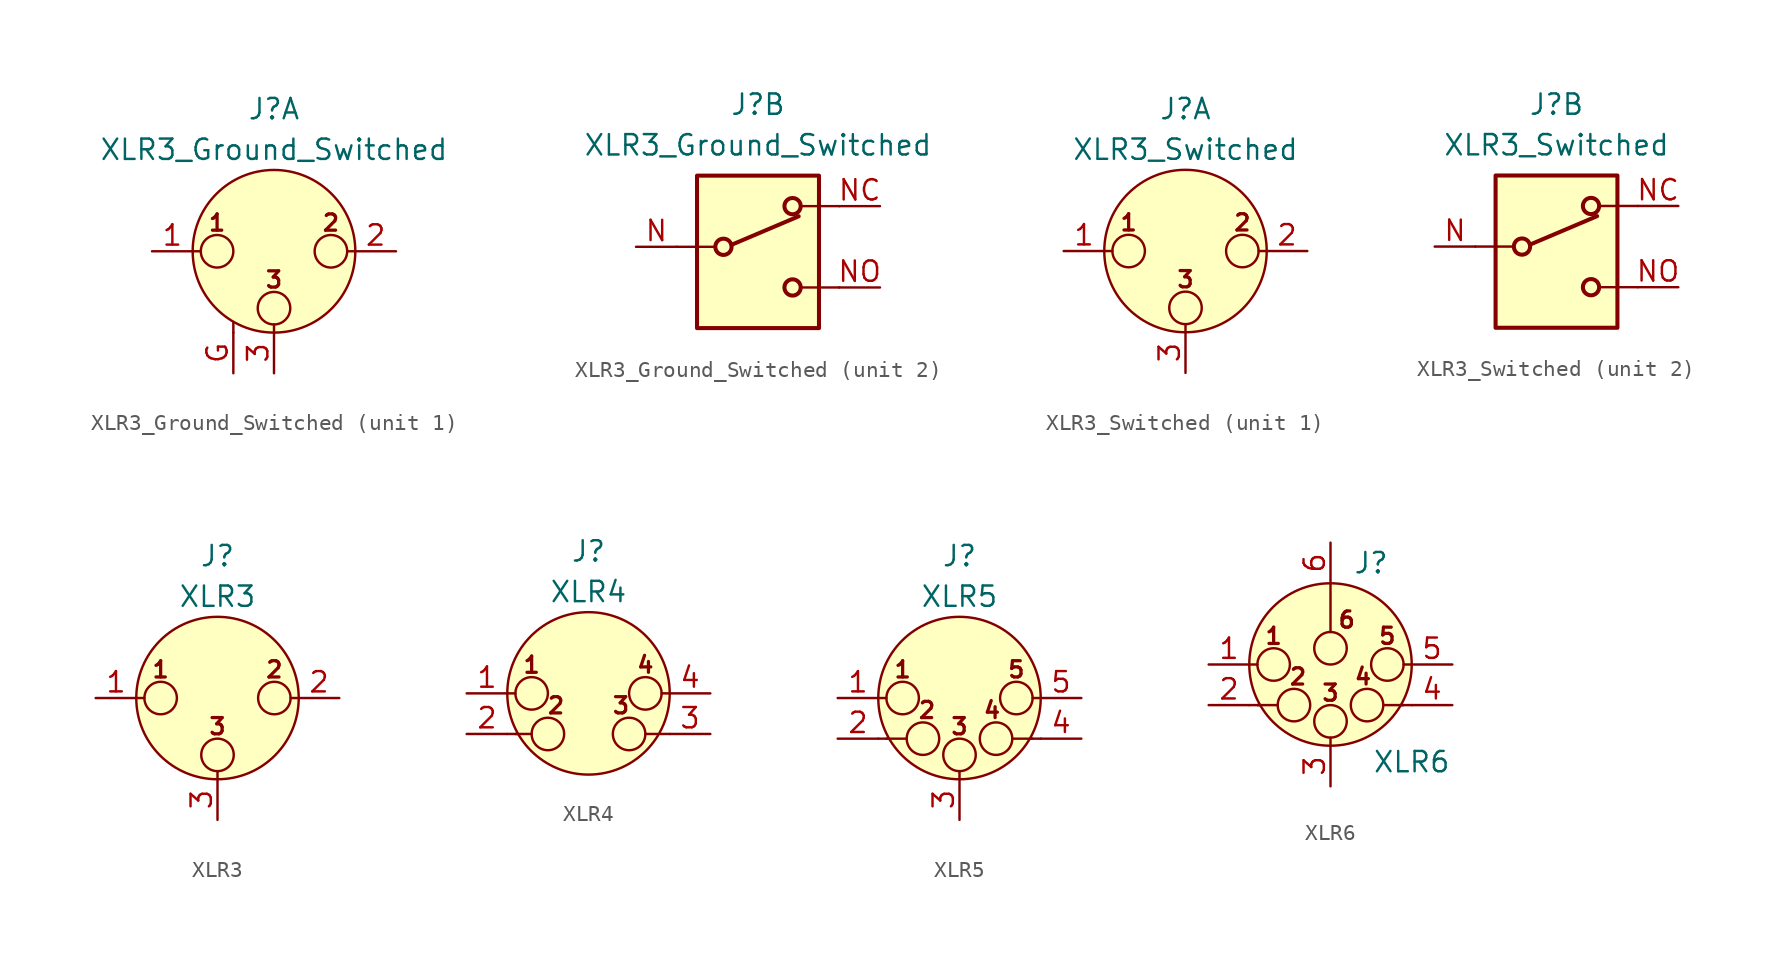
<source format=kicad_sym>
(kicad_symbol_lib
  (version 20201005)
  (generator kicad_symbol_editor)
  (symbol "XLR3_Ground_Switched"
    (pin_names hide)
    (property "Reference" "J"
      (at 0 8.89 0)
      (effects (font (size 1.27 1.27))))
    (property "Value" "XLR3_Ground_Switched"
      (at 0 6.35 0)
      (effects (font (size 1.27 1.27))))
    (symbol "XLR3_Ground_Switched_1_1"
      (circle (center -3.556 0) (radius 1.016) (stroke (width 0)) (fill (type none)))
      (circle (center 0 -3.556) (radius 1.016) (stroke (width 0)) (fill (type none)))
      (circle (center 0 0) (radius 5.08) (stroke (width 0)) (fill (type background)))
      (circle (center 3.556 0) (radius 1.016) (stroke (width 0)) (fill (type none)))
      (text "1" (at -3.556 1.778 0) (effects (font (size 1.016 1.016) bold)))
      (text "2" (at 3.556 1.778 0) (effects (font (size 1.016 1.016) bold)))
      (text "3" (at 0 -1.778 0) (effects (font (size 1.016 1.016) bold)))
      (polyline (pts (xy -5.08 0) (xy -4.572 0)) (stroke (width 0)) (fill (type none)))
      (polyline (pts (xy -2.54 -5.08) (xy -2.54 -4.445)) (stroke (width 0)) (fill (type none)))
      (polyline (pts (xy 0 -5.08) (xy 0 -4.572)) (stroke (width 0)) (fill (type none)))
      (polyline (pts (xy 5.08 0) (xy 4.572 0)) (stroke (width 0)) (fill (type none)))
      (pin passive line (at -7.62 0 0) (length 2.54) (name "~" (effects (font (size 1.27 1.27)))) (number "1" (effects (font (size 1.27 1.27)))))
      (pin passive line (at 7.62 0 180) (length 2.54) (name "~" (effects (font (size 1.27 1.27)))) (number "2" (effects (font (size 1.27 1.27)))))
      (pin passive line (at 0 -7.62 90) (length 2.54) (name "~" (effects (font (size 1.27 1.27)))) (number "3" (effects (font (size 1.27 1.27)))))
      (pin passive line (at -2.54 -7.62 90) (length 2.54) (name "~" (effects (font (size 1.27 1.27)))) (number "G" (effects (font (size 1.27 1.27))))))
    (symbol "XLR3_Ground_Switched_2_1"
      (circle (center -2.159 0) (radius 0.508) (stroke (width 0.254)) (fill (type none)))
      (circle (center 2.159 -2.54) (radius 0.508) (stroke (width 0.254)) (fill (type none)))
      (circle (center 2.159 2.54) (radius 0.508) (stroke (width 0.254)) (fill (type none)))
      (rectangle (start -3.81 4.445) (end 3.81 -5.08) (stroke (width 0.254)) (fill (type background)))
      (polyline (pts (xy -5.08 0) (xy -2.794 0)) (stroke (width 0)) (fill (type none)))
      (polyline (pts (xy -1.651 0.127) (xy 2.54 1.905)) (stroke (width 0.254)) (fill (type none)))
      (polyline (pts (xy 5.08 -2.54) (xy 2.794 -2.54)) (stroke (width 0)) (fill (type none)))
      (polyline (pts (xy 5.08 2.54) (xy 2.794 2.54)) (stroke (width 0)) (fill (type none)))
      (pin passive line (at -7.62 0 0) (length 2.54) (name "~" (effects (font (size 1.27 1.27)))) (number "N" (effects (font (size 1.27 1.27)))))
      (pin passive line (at 7.62 2.54 180) (length 2.54) (name "~" (effects (font (size 1.27 1.27)))) (number "NC" (effects (font (size 1.27 1.27)))))
      (pin passive line (at 7.62 -2.54 180) (length 2.54) (name "~" (effects (font (size 1.27 1.27)))) (number "NO" (effects (font (size 1.27 1.27)))))))
  (symbol "XLR3_Switched"
    (pin_names hide)
    (property "Reference" "J"
      (at 0 8.89 0)
      (effects (font (size 1.27 1.27))))
    (property "Value" "XLR3_Switched"
      (at 0 6.35 0)
      (effects (font (size 1.27 1.27))))
    (symbol "XLR3_Switched_1_1"
      (circle (center -3.556 0) (radius 1.016) (stroke (width 0)) (fill (type none)))
      (circle (center 0 -3.556) (radius 1.016) (stroke (width 0)) (fill (type none)))
      (circle (center 0 0) (radius 5.08) (stroke (width 0)) (fill (type background)))
      (circle (center 3.556 0) (radius 1.016) (stroke (width 0)) (fill (type none)))
      (text "1" (at -3.556 1.778 0) (effects (font (size 1.016 1.016) bold)))
      (text "2" (at 3.556 1.778 0) (effects (font (size 1.016 1.016) bold)))
      (text "3" (at 0 -1.778 0) (effects (font (size 1.016 1.016) bold)))
      (polyline (pts (xy -5.08 0) (xy -4.572 0)) (stroke (width 0)) (fill (type none)))
      (polyline (pts (xy 0 -5.08) (xy 0 -4.572)) (stroke (width 0)) (fill (type none)))
      (polyline (pts (xy 5.08 0) (xy 4.572 0)) (stroke (width 0)) (fill (type none)))
      (pin passive line (at -7.62 0 0) (length 2.54) (name "~" (effects (font (size 1.27 1.27)))) (number "1" (effects (font (size 1.27 1.27)))))
      (pin passive line (at 7.62 0 180) (length 2.54) (name "~" (effects (font (size 1.27 1.27)))) (number "2" (effects (font (size 1.27 1.27)))))
      (pin passive line (at 0 -7.62 90) (length 2.54) (name "~" (effects (font (size 1.27 1.27)))) (number "3" (effects (font (size 1.27 1.27))))))
    (symbol "XLR3_Switched_2_1"
      (circle (center -2.159 0) (radius 0.508) (stroke (width 0.254)) (fill (type none)))
      (circle (center 2.159 -2.54) (radius 0.508) (stroke (width 0.254)) (fill (type none)))
      (circle (center 2.159 2.54) (radius 0.508) (stroke (width 0.254)) (fill (type none)))
      (rectangle (start -3.81 4.445) (end 3.81 -5.08) (stroke (width 0.254)) (fill (type background)))
      (polyline (pts (xy -5.08 0) (xy -2.794 0)) (stroke (width 0)) (fill (type none)))
      (polyline (pts (xy -1.651 0.127) (xy 2.54 1.905)) (stroke (width 0.254)) (fill (type none)))
      (polyline (pts (xy 5.08 -2.54) (xy 2.794 -2.54)) (stroke (width 0)) (fill (type none)))
      (polyline (pts (xy 5.08 2.54) (xy 2.794 2.54)) (stroke (width 0)) (fill (type none)))
      (pin passive line (at -7.62 0 0) (length 2.54) (name "~" (effects (font (size 1.27 1.27)))) (number "N" (effects (font (size 1.27 1.27)))))
      (pin passive line (at 7.62 2.54 180) (length 2.54) (name "~" (effects (font (size 1.27 1.27)))) (number "NC" (effects (font (size 1.27 1.27)))))
      (pin passive line (at 7.62 -2.54 180) (length 2.54) (name "~" (effects (font (size 1.27 1.27)))) (number "NO" (effects (font (size 1.27 1.27)))))))
  (symbol "XLR3"
    (pin_names hide)
    (property "Reference" "J"
      (at 0 8.89 0)
      (effects (font (size 1.27 1.27))))
    (property "Value" "XLR3"
      (at 0 6.35 0)
      (effects (font (size 1.27 1.27))))
    (symbol "XLR3_0_1"
      (circle (center -3.556 0) (radius 1.016) (stroke (width 0)) (fill (type none)))
      (circle (center 0 -3.556) (radius 1.016) (stroke (width 0)) (fill (type none)))
      (circle (center 0 0) (radius 5.08) (stroke (width 0)) (fill (type background)))
      (circle (center 3.556 0) (radius 1.016) (stroke (width 0)) (fill (type none)))
      (text "1" (at -3.556 1.778 0) (effects (font (size 1.016 1.016) bold)))
      (text "2" (at 3.556 1.778 0) (effects (font (size 1.016 1.016) bold)))
      (text "3" (at 0 -1.778 0) (effects (font (size 1.016 1.016) bold)))
      (polyline (pts (xy -5.08 0) (xy -4.572 0)) (stroke (width 0)) (fill (type none)))
      (polyline (pts (xy 0 -5.08) (xy 0 -4.572)) (stroke (width 0)) (fill (type none)))
      (polyline (pts (xy 5.08 0) (xy 4.572 0)) (stroke (width 0)) (fill (type none)))
      (pin passive line (at -7.62 0 0) (length 2.54) (name "~" (effects (font (size 1.27 1.27)))) (number "1" (effects (font (size 1.27 1.27)))))
      (pin passive line (at 7.62 0 180) (length 2.54) (name "~" (effects (font (size 1.27 1.27)))) (number "2" (effects (font (size 1.27 1.27)))))
      (pin passive line (at 0 -7.62 90) (length 2.54) (name "~" (effects (font (size 1.27 1.27)))) (number "3" (effects (font (size 1.27 1.27)))))))
  (symbol "XLR4"
    (pin_names hide)
    (property "Reference" "J"
      (at 0 8.89 0)
      (effects (font (size 1.27 1.27))))
    (property "Value" "XLR4"
      (at 0 6.35 0)
      (effects (font (size 1.27 1.27))))
    (symbol "XLR4_0_1"
      (circle (center -3.556 0) (radius 1.016) (stroke (width 0)) (fill (type none)))
      (circle (center -2.54 -2.54) (radius 1.016) (stroke (width 0)) (fill (type none)))
      (circle (center 0 0) (radius 5.08) (stroke (width 0)) (fill (type background)))
      (circle (center 2.54 -2.54) (radius 1.016) (stroke (width 0)) (fill (type none)))
      (circle (center 3.556 0) (radius 1.016) (stroke (width 0)) (fill (type none)))
      (text "1" (at -3.556 1.778 0) (effects (font (size 1.016 1.016) bold)))
      (text "2" (at -2.032 -0.762 0) (effects (font (size 1.016 1.016) bold)))
      (text "3" (at 2.032 -0.762 0) (effects (font (size 1.016 1.016) bold)))
      (text "4" (at 3.556 1.778 0) (effects (font (size 1.016 1.016) bold)))
      (polyline (pts (xy -5.08 -2.54) (xy -4.445 -2.54)) (stroke (width 0)) (fill (type none)))
      (polyline (pts (xy -5.08 0) (xy -4.572 0)) (stroke (width 0)) (fill (type none)))
      (polyline (pts (xy -4.572 -2.54) (xy -3.556 -2.54)) (stroke (width 0)) (fill (type none)))
      (polyline (pts (xy 4.318 -2.54) (xy 3.556 -2.54)) (stroke (width 0)) (fill (type none)))
      (polyline (pts (xy 5.08 -2.54) (xy 4.445 -2.54)) (stroke (width 0)) (fill (type none)))
      (polyline (pts (xy 5.08 0) (xy 4.572 0)) (stroke (width 0)) (fill (type none))))
    (symbol "XLR4_1_1"
      (pin passive line (at -7.62 0 0) (length 2.54) (name "~" (effects (font (size 1.27 1.27)))) (number "1" (effects (font (size 1.27 1.27)))))
      (pin passive line (at -7.62 -2.54 0) (length 2.54) (name "~" (effects (font (size 1.27 1.27)))) (number "2" (effects (font (size 1.27 1.27)))))
      (pin passive line (at 7.62 -2.54 180) (length 2.54) (name "~" (effects (font (size 1.27 1.27)))) (number "3" (effects (font (size 1.27 1.27)))))
      (pin passive line (at 7.62 0 180) (length 2.54) (name "~" (effects (font (size 1.27 1.27)))) (number "4" (effects (font (size 1.27 1.27)))))))
  (symbol "XLR5"
    (pin_names hide)
    (property "Reference" "J"
      (at 0 8.89 0)
      (effects (font (size 1.27 1.27))))
    (property "Value" "XLR5"
      (at 0 6.35 0)
      (effects (font (size 1.27 1.27))))
    (symbol "XLR5_0_1"
      (circle (center -3.556 0) (radius 1.016) (stroke (width 0)) (fill (type none)))
      (circle (center -2.286 -2.54) (radius 1.016) (stroke (width 0)) (fill (type none)))
      (circle (center 0 -3.556) (radius 1.016) (stroke (width 0)) (fill (type none)))
      (circle (center 0 0) (radius 5.08) (stroke (width 0)) (fill (type background)))
      (circle (center 2.286 -2.54) (radius 1.016) (stroke (width 0)) (fill (type none)))
      (circle (center 3.556 0) (radius 1.016) (stroke (width 0)) (fill (type none)))
      (text "1" (at -3.556 1.778 0) (effects (font (size 1.016 1.016) bold)))
      (text "2" (at -2.032 -0.762 0) (effects (font (size 1.016 1.016) bold)))
      (text "3" (at 0 -1.778 0) (effects (font (size 1.016 1.016) bold)))
      (text "4" (at 2.032 -0.762 0) (effects (font (size 1.016 1.016) bold)))
      (text "5" (at 3.556 1.778 0) (effects (font (size 1.016 1.016) bold)))
      (polyline (pts (xy -5.08 -2.54) (xy -4.445 -2.54)) (stroke (width 0)) (fill (type none)))
      (polyline (pts (xy -5.08 0) (xy -4.572 0)) (stroke (width 0)) (fill (type none)))
      (polyline (pts (xy -4.572 -2.54) (xy -3.302 -2.54)) (stroke (width 0)) (fill (type none)))
      (polyline (pts (xy 0 -5.08) (xy 0 -4.572)) (stroke (width 0)) (fill (type none)))
      (polyline (pts (xy 4.572 -2.54) (xy 3.302 -2.54)) (stroke (width 0)) (fill (type none)))
      (polyline (pts (xy 5.08 -2.54) (xy 4.445 -2.54)) (stroke (width 0)) (fill (type none)))
      (polyline (pts (xy 5.08 0) (xy 4.572 0)) (stroke (width 0)) (fill (type none))))
    (symbol "XLR5_1_1"
      (pin passive line (at -7.62 0 0) (length 2.54) (name "P1" (effects (font (size 1.27 1.27)))) (number "1" (effects (font (size 1.27 1.27)))))
      (pin passive line (at -7.62 -2.54 0) (length 2.54) (name "P2" (effects (font (size 1.27 1.27)))) (number "2" (effects (font (size 1.27 1.27)))))
      (pin passive line (at 0 -7.62 90) (length 2.54) (name "P3" (effects (font (size 1.27 1.27)))) (number "3" (effects (font (size 1.27 1.27)))))
      (pin passive line (at 7.62 -2.54 180) (length 2.54) (name "P3" (effects (font (size 1.27 1.27)))) (number "4" (effects (font (size 1.27 1.27)))))
      (pin passive line (at 7.62 0 180) (length 2.54) (name "P5" (effects (font (size 1.27 1.27)))) (number "5" (effects (font (size 1.27 1.27)))))))
  (symbol "XLR6"
    (pin_names hide)
    (property "Reference" "J"
      (at 2.54 6.35 0)
      (effects (font (size 1.27 1.27))))
    (property "Value" "XLR6"
      (at 5.08 -6.096 0)
      (effects (font (size 1.27 1.27))))
    (symbol "XLR6_0_1"
      (circle (center -3.556 0) (radius 1.016) (stroke (width 0)) (fill (type none)))
      (circle (center -2.286 -2.54) (radius 1.016) (stroke (width 0)) (fill (type none)))
      (circle (center 0 -3.556) (radius 1.016) (stroke (width 0)) (fill (type none)))
      (circle (center 0 0) (radius 5.08) (stroke (width 0)) (fill (type background)))
      (circle (center 0 1.016) (radius 1.016) (stroke (width 0)) (fill (type none)))
      (circle (center 2.286 -2.54) (radius 1.016) (stroke (width 0)) (fill (type none)))
      (circle (center 3.556 0) (radius 1.016) (stroke (width 0)) (fill (type none)))
      (text "1" (at -3.556 1.778 0) (effects (font (size 1.016 1.016) bold)))
      (text "2" (at -2.032 -0.762 0) (effects (font (size 1.016 1.016) bold)))
      (text "3" (at 0 -1.778 0) (effects (font (size 1.016 1.016) bold)))
      (text "4" (at 2.032 -0.762 0) (effects (font (size 1.016 1.016) bold)))
      (text "5" (at 3.556 1.778 0) (effects (font (size 1.016 1.016) bold)))
      (text "6" (at 1.016 2.794 0) (effects (font (size 1.016 1.016) bold)))
      (polyline (pts (xy -5.08 -2.54) (xy -4.445 -2.54)) (stroke (width 0)) (fill (type none)))
      (polyline (pts (xy -5.08 0) (xy -4.572 0)) (stroke (width 0)) (fill (type none)))
      (polyline (pts (xy -4.572 -2.54) (xy -3.302 -2.54)) (stroke (width 0)) (fill (type none)))
      (polyline (pts (xy 0 -5.08) (xy 0 -4.572)) (stroke (width 0)) (fill (type none)))
      (polyline (pts (xy 0 5.08) (xy 0 2.032)) (stroke (width 0)) (fill (type none)))
      (polyline (pts (xy 4.572 -2.54) (xy 3.302 -2.54)) (stroke (width 0)) (fill (type none)))
      (polyline (pts (xy 5.08 -2.54) (xy 4.445 -2.54)) (stroke (width 0)) (fill (type none)))
      (polyline (pts (xy 5.08 0) (xy 4.572 0)) (stroke (width 0)) (fill (type none))))
    (symbol "XLR6_1_1"
      (pin passive line (at -7.62 0 0) (length 2.54) (name "P1" (effects (font (size 1.27 1.27)))) (number "1" (effects (font (size 1.27 1.27)))))
      (pin passive line (at -7.62 -2.54 0) (length 2.54) (name "P2" (effects (font (size 1.27 1.27)))) (number "2" (effects (font (size 1.27 1.27)))))
      (pin passive line (at 0 -7.62 90) (length 2.54) (name "P3" (effects (font (size 1.27 1.27)))) (number "3" (effects (font (size 1.27 1.27)))))
      (pin passive line (at 7.62 -2.54 180) (length 2.54) (name "P3" (effects (font (size 1.27 1.27)))) (number "4" (effects (font (size 1.27 1.27)))))
      (pin passive line (at 7.62 0 180) (length 2.54) (name "P5" (effects (font (size 1.27 1.27)))) (number "5" (effects (font (size 1.27 1.27)))))
      (pin passive line (at 0 7.62 270) (length 2.54) (name "P6" (effects (font (size 1.27 1.27)))) (number "6" (effects (font (size 1.27 1.27))))))))
</source>
